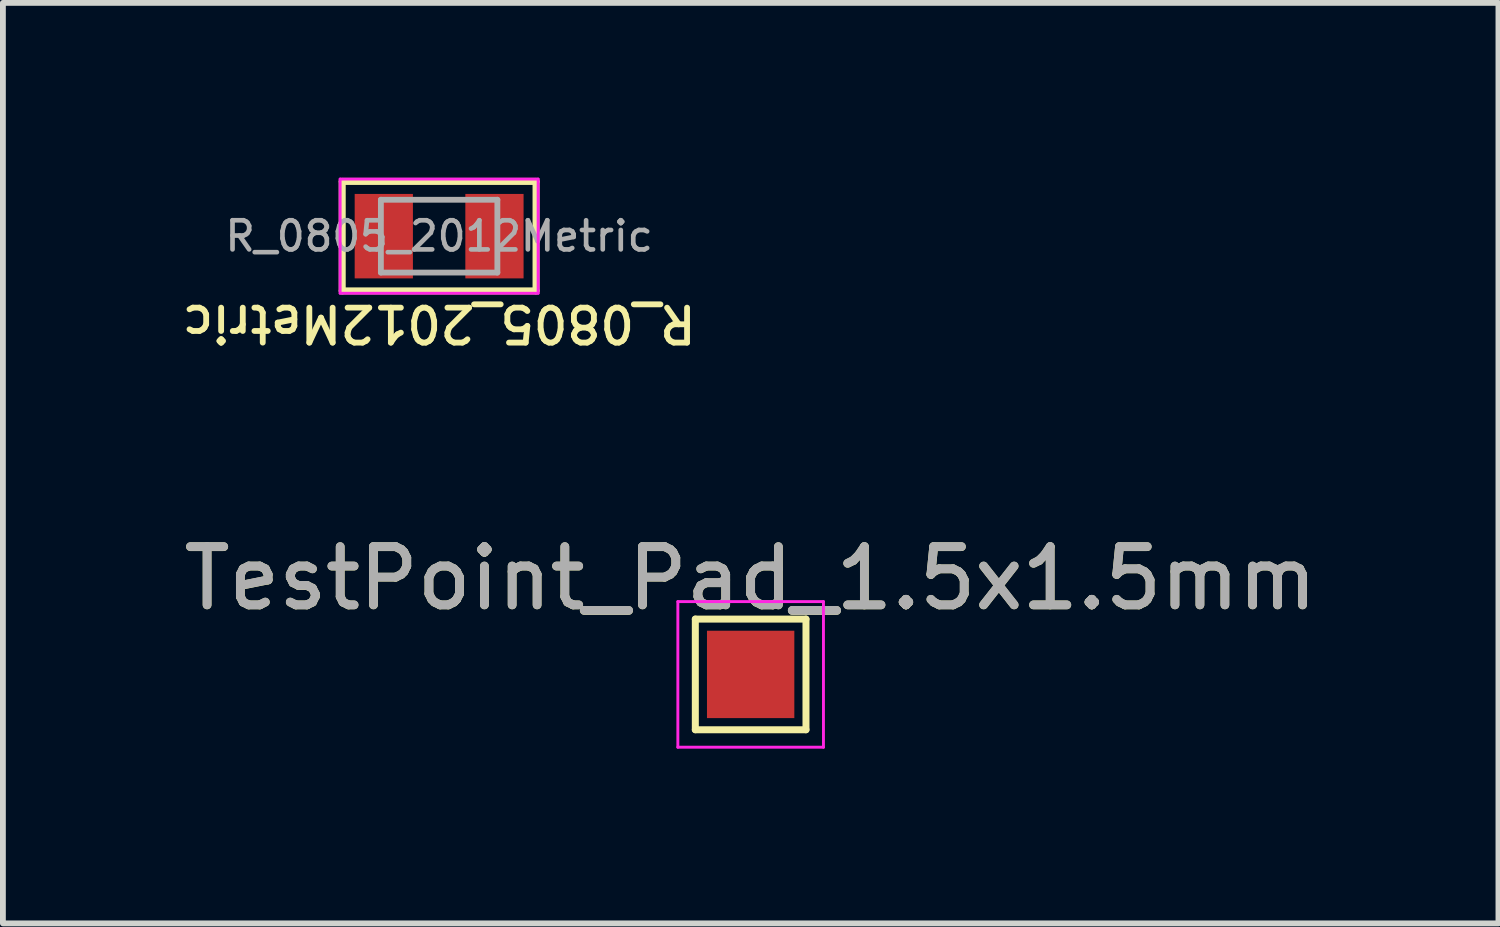
<source format=kicad_pcb>
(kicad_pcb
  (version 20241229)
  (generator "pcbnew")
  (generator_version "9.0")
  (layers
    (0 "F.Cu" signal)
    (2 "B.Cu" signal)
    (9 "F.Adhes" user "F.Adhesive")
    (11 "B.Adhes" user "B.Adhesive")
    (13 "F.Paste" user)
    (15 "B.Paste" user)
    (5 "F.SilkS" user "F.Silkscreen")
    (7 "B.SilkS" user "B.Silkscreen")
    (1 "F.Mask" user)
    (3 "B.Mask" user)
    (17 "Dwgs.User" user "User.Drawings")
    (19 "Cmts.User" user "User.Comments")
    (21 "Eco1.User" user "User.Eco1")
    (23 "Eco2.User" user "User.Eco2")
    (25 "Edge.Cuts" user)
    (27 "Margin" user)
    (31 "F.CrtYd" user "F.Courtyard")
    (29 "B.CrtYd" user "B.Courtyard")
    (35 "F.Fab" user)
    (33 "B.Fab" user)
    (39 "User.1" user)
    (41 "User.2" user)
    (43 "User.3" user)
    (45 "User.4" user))
  (footprint "TestPoint_Pad_1.5x1.5mm"
    (layer "F.Cu")
    (at 9.839 8.53)
    (property "Reference" "TestPoint_Pad_1.5x1.5mm" (at 0 -1.648 0) (layer "F.SilkS") (effects (font (size 1 1) (thickness 0.15))))
    (attr exclude_from_pos_files exclude_from_bom)
    (fp_line (start -0.95 -0.95) (end 0.95 -0.95) (stroke (width 0.12) (type solid)) (layer "F.SilkS"))
    (fp_line (start -0.95 0.95) (end -0.95 -0.95) (stroke (width 0.12) (type solid)) (layer "F.SilkS"))
    (fp_line (start 0.95 -0.95) (end 0.95 0.95) (stroke (width 0.12) (type solid)) (layer "F.SilkS"))
    (fp_line (start 0.95 0.95) (end -0.95 0.95) (stroke (width 0.12) (type solid)) (layer "F.SilkS"))
    (fp_line (start -1.25 -1.25) (end -1.25 1.25) (stroke (width 0.05) (type solid)) (layer "F.CrtYd"))
    (fp_line (start -1.25 -1.25) (end 1.25 -1.25) (stroke (width 0.05) (type solid)) (layer "F.CrtYd"))
    (fp_line (start 1.25 1.25) (end -1.25 1.25) (stroke (width 0.05) (type solid)) (layer "F.CrtYd"))
    (fp_line (start 1.25 1.25) (end 1.25 -1.25) (stroke (width 0.05) (type solid)) (layer "F.CrtYd"))
    (fp_text user "${REFERENCE}" (at 0 -1.65 0) (layer "F.Fab") (effects (font (size 1 1) (thickness 0.15))))
    (pad "1" smd rect (at 0 0) (size 1.5 1.5) (layers "F.Cu" "F.Mask")))
  (footprint "R_0805_2012Metric"
    (layer "F.Cu")
    (at 4.49 1.005)
    (property "Reference" "R_0805_2012Metric" (at 0 1.5 180) (unlocked yes) (layer "F.SilkS") (effects (font (size 0.6 0.6) (thickness 0.1))))
    (attr smd)
    (fp_line (start -1.664 -0.94) (end 1.664 -0.94) (stroke (width 0.12) (type solid)) (layer "F.SilkS"))
    (fp_line (start -1.664 0.94) (end -1.664 -0.94) (stroke (width 0.12) (type solid)) (layer "F.SilkS"))
    (fp_line (start 1.664 -0.94) (end 1.664 0.94) (stroke (width 0.12) (type solid)) (layer "F.SilkS"))
    (fp_line (start 1.664 0.94) (end -1.664 0.94) (stroke (width 0.12) (type solid)) (layer "F.SilkS"))
    (fp_line (start -1.7 -0.98) (end 1.7 -0.98) (stroke (width 0.05) (type solid)) (layer "F.CrtYd"))
    (fp_line (start -1.7 0.98) (end -1.7 -0.98) (stroke (width 0.05) (type solid)) (layer "F.CrtYd"))
    (fp_line (start 1.7 -0.98) (end 1.7 0.98) (stroke (width 0.05) (type solid)) (layer "F.CrtYd"))
    (fp_line (start 1.7 0.98) (end -1.7 0.98) (stroke (width 0.05) (type solid)) (layer "F.CrtYd"))
    (fp_line (start -1 -0.625) (end 1 -0.625) (stroke (width 0.1) (type solid)) (layer "F.Fab"))
    (fp_line (start -1 0.625) (end -1 -0.625) (stroke (width 0.1) (type solid)) (layer "F.Fab"))
    (fp_line (start 1 -0.625) (end 1 0.625) (stroke (width 0.1) (type solid)) (layer "F.Fab"))
    (fp_line (start 1 0.625) (end -1 0.625) (stroke (width 0.1) (type solid)) (layer "F.Fab"))
    (fp_text user "${REFERENCE}" (at 0 0 0) (layer "F.Fab") (effects (font (size 0.5 0.5) (thickness 0.08))))
    (pad "1" smd rect (at -0.95 0) (size 1 1.45) (layers "F.Cu" "F.Mask" "F.Paste"))
    (pad "2" smd rect (at 0.95 0) (size 1 1.45) (layers "F.Cu" "F.Mask" "F.Paste")))
  (gr_rect
    (start -3 -3)
    (end 22.679 12.805)
    (stroke (width 0.1) (type default))
    (fill no)
    (layer "Edge.Cuts")))
</source>
